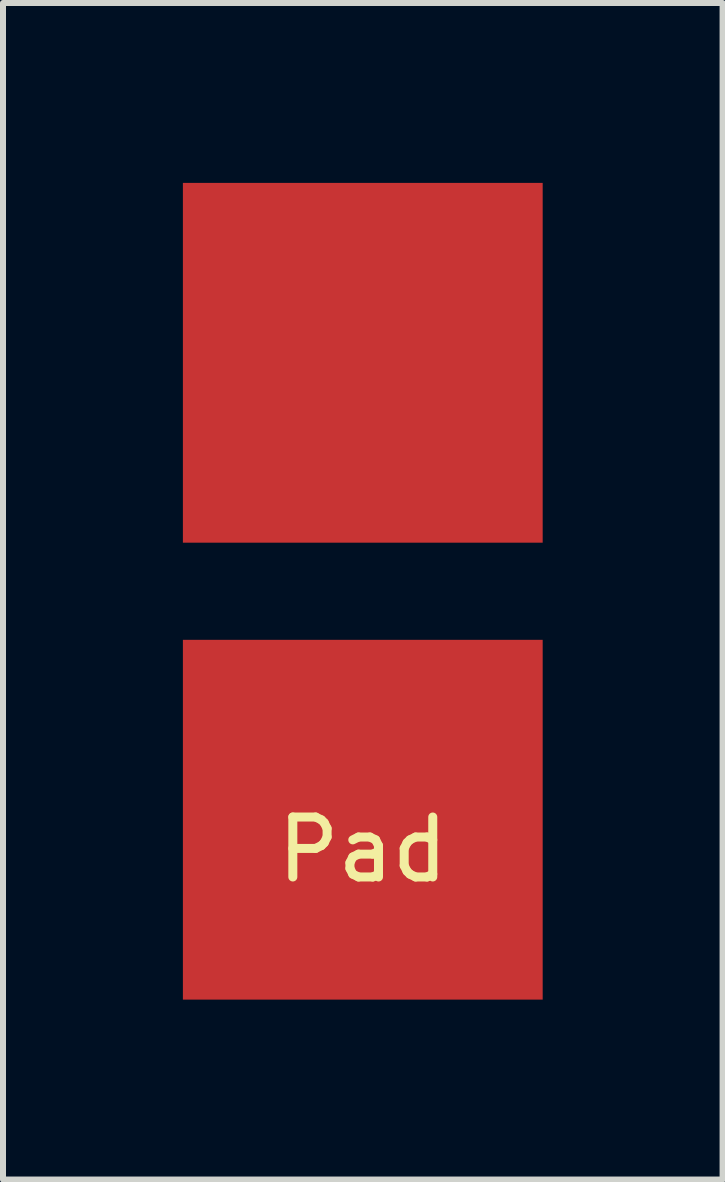
<source format=kicad_pcb>
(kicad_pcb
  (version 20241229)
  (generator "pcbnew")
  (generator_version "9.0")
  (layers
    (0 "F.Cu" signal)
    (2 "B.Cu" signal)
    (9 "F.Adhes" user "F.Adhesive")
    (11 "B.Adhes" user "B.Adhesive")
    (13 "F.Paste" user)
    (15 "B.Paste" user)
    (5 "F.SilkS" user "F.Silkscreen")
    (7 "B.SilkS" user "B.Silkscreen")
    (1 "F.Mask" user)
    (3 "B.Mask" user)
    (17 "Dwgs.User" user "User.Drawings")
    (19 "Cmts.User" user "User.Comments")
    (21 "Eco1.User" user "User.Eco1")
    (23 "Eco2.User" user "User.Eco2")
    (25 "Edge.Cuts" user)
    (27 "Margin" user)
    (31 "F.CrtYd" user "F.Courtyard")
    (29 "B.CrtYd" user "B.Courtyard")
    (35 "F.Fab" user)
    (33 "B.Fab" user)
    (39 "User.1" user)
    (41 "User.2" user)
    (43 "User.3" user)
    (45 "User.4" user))
  (footprint "Pad"
    (layer "F.Cu")
    (at 3 10.62)
    (property "Reference" "Pad" (at 0 0.5 0) (layer "F.SilkS") (effects (font (size 1 1) (thickness 0.15))))
    (attr through_hole)
    (pad "1" smd rect (at 0 0) (size 6 6) (layers "F.Cu" "F.Mask" "F.Paste"))
    (pad "2" smd rect (at 0 -7.62) (size 6 6) (layers "F.Cu" "F.Mask" "F.Paste")))
  (gr_rect
    (start -3 -3)
    (end 9 16.62)
    (stroke (width 0.1) (type default))
    (fill no)
    (layer "Edge.Cuts")))
</source>
